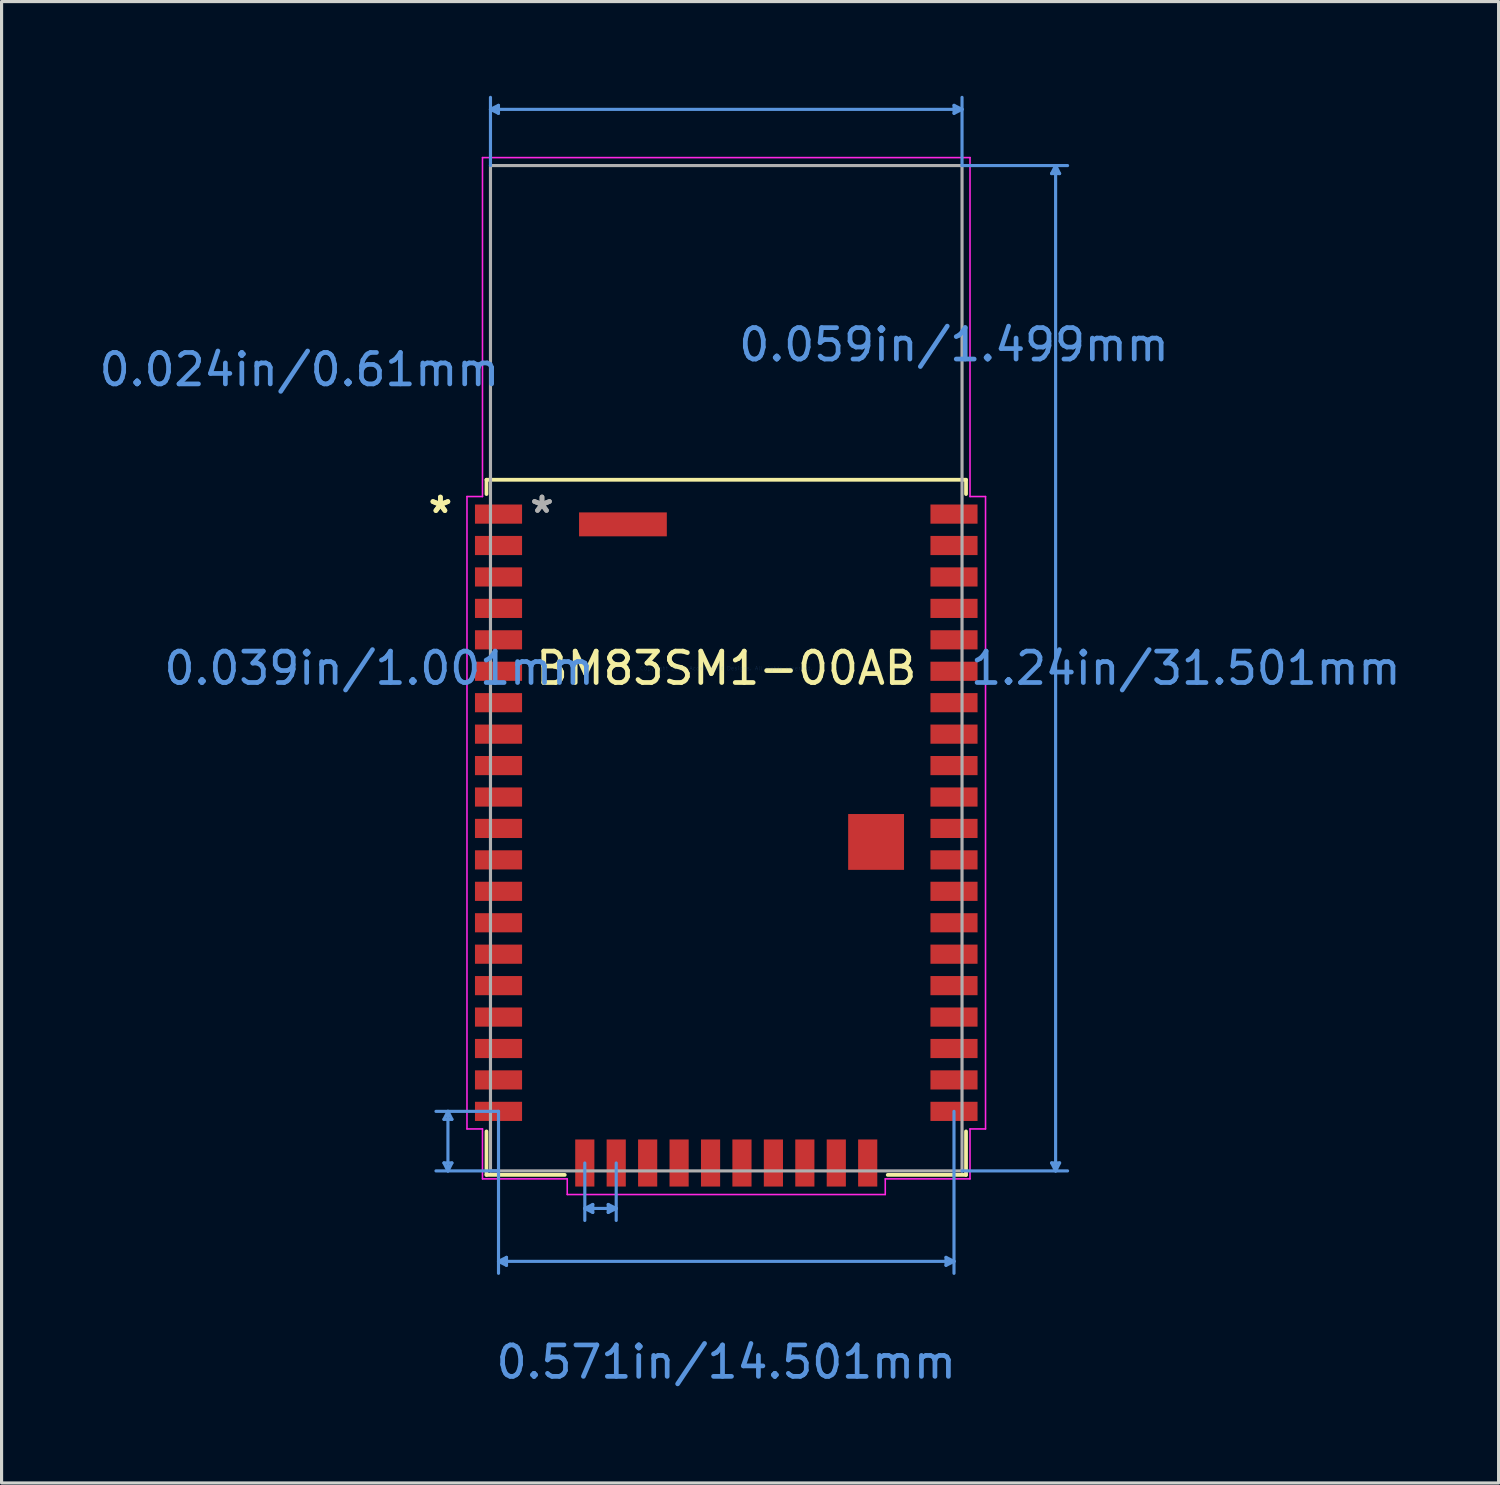
<source format=kicad_pcb>
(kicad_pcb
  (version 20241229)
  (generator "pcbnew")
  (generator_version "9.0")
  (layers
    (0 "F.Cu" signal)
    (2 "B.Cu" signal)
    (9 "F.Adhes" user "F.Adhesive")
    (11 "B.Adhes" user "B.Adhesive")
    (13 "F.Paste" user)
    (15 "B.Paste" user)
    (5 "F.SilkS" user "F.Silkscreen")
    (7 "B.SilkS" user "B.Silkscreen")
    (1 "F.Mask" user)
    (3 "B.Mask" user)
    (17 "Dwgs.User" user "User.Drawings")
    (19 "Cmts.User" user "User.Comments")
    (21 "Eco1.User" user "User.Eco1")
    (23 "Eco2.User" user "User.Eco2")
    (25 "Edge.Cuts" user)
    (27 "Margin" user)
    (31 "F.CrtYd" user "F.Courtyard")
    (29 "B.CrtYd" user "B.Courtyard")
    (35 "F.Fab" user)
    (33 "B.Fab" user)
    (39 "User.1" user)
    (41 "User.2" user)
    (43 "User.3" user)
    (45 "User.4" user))
  (footprint "BM83SM1-00AB"
    (layer "F.Cu")
    (at 20.07 18.223)
    (property "Reference" "BM83SM1-00AB" (at 0 0 0) (layer "F.SilkS") (effects (font (size 1 1) (thickness 0.15))))
    (attr smd)
    (fp_line (start -7.633 -6) (end 7.633 -6) (stroke (width 0.12) (type solid)) (layer "F.SilkS"))
    (fp_line (start -7.633 -5.545) (end -7.633 -6) (stroke (width 0.12) (type solid)) (layer "F.SilkS"))
    (fp_line (start -7.633 16.129) (end -7.633 14.745) (stroke (width 0.12) (type solid)) (layer "F.SilkS"))
    (fp_line (start -5.141 16.129) (end -7.633 16.129) (stroke (width 0.12) (type solid)) (layer "F.SilkS"))
    (fp_line (start 7.633 -6) (end 7.633 -5.545) (stroke (width 0.12) (type solid)) (layer "F.SilkS"))
    (fp_line (start 7.633 14.745) (end 7.633 16.129) (stroke (width 0.12) (type solid)) (layer "F.SilkS"))
    (fp_line (start 7.633 16.129) (end 5.141 16.129) (stroke (width 0.12) (type solid)) (layer "F.SilkS"))
    (fp_line (start -8.987 15.748) (end -8.86 16.002) (stroke (width 0.1) (type solid)) (layer "Cmts.User"))
    (fp_line (start -8.987 14.361) (end -8.86 14.107) (stroke (width 0.1) (type solid)) (layer "Cmts.User"))
    (fp_line (start -8.987 14.361) (end -8.733 14.361) (stroke (width 0.1) (type solid)) (layer "Cmts.User"))
    (fp_line (start -8.86 16.002) (end -8.86 14.107) (stroke (width 0.1) (type solid)) (layer "Cmts.User"))
    (fp_line (start -8.733 15.748) (end -8.987 15.748) (stroke (width 0.1) (type solid)) (layer "Cmts.User"))
    (fp_line (start -8.733 15.748) (end -8.86 16.002) (stroke (width 0.1) (type solid)) (layer "Cmts.User"))
    (fp_line (start -8.733 14.361) (end -8.86 14.107) (stroke (width 0.1) (type solid)) (layer "Cmts.User"))
    (fp_line (start -7.506 -17.792) (end 7.506 -17.792) (stroke (width 0.1) (type solid)) (layer "Cmts.User"))
    (fp_line (start -7.506 -16.002) (end -7.506 -18.173) (stroke (width 0.1) (type solid)) (layer "Cmts.User"))
    (fp_line (start -7.252 -17.919) (end -7.506 -17.792) (stroke (width 0.1) (type solid)) (layer "Cmts.User"))
    (fp_line (start -7.252 -17.665) (end -7.506 -17.792) (stroke (width 0.1) (type solid)) (layer "Cmts.User"))
    (fp_line (start -7.252 -17.665) (end -7.252 -17.919) (stroke (width 0.1) (type solid)) (layer "Cmts.User"))
    (fp_line (start -7.25 18.882) (end 7.25 18.882) (stroke (width 0.1) (type solid)) (layer "Cmts.User"))
    (fp_line (start -7.25 14.107) (end -9.241 14.107) (stroke (width 0.1) (type solid)) (layer "Cmts.User"))
    (fp_line (start -7.25 14.107) (end -7.25 19.263) (stroke (width 0.1) (type solid)) (layer "Cmts.User"))
    (fp_line (start -7.25 16.002) (end -9.241 16.002) (stroke (width 0.1) (type solid)) (layer "Cmts.User"))
    (fp_line (start -6.996 18.755) (end -7.25 18.882) (stroke (width 0.1) (type solid)) (layer "Cmts.User"))
    (fp_line (start -6.996 19.009) (end -7.25 18.882) (stroke (width 0.1) (type solid)) (layer "Cmts.User"))
    (fp_line (start -6.996 19.009) (end -6.996 18.755) (stroke (width 0.1) (type solid)) (layer "Cmts.User"))
    (fp_line (start -4.503 17.198) (end -3.503 17.198) (stroke (width 0.1) (type solid)) (layer "Cmts.User"))
    (fp_line (start -4.503 15.751) (end -4.503 17.579) (stroke (width 0.1) (type solid)) (layer "Cmts.User"))
    (fp_line (start -4.249 17.325) (end -4.503 17.198) (stroke (width 0.1) (type solid)) (layer "Cmts.User"))
    (fp_line (start -4.249 17.325) (end -4.249 17.071) (stroke (width 0.1) (type solid)) (layer "Cmts.User"))
    (fp_line (start -4.249 17.071) (end -4.503 17.198) (stroke (width 0.1) (type solid)) (layer "Cmts.User"))
    (fp_line (start -3.757 17.071) (end -3.757 17.325) (stroke (width 0.1) (type solid)) (layer "Cmts.User"))
    (fp_line (start -3.757 17.071) (end -3.503 17.198) (stroke (width 0.1) (type solid)) (layer "Cmts.User"))
    (fp_line (start -3.757 17.325) (end -3.503 17.198) (stroke (width 0.1) (type solid)) (layer "Cmts.User"))
    (fp_line (start -3.503 15.751) (end -3.503 17.579) (stroke (width 0.1) (type solid)) (layer "Cmts.User"))
    (fp_line (start 6.996 18.755) (end 6.996 19.009) (stroke (width 0.1) (type solid)) (layer "Cmts.User"))
    (fp_line (start 6.996 18.755) (end 7.25 18.882) (stroke (width 0.1) (type solid)) (layer "Cmts.User"))
    (fp_line (start 6.996 19.009) (end 7.25 18.882) (stroke (width 0.1) (type solid)) (layer "Cmts.User"))
    (fp_line (start 7.25 14.107) (end 7.25 19.263) (stroke (width 0.1) (type solid)) (layer "Cmts.User"))
    (fp_line (start 7.252 -17.919) (end 7.252 -17.665) (stroke (width 0.1) (type solid)) (layer "Cmts.User"))
    (fp_line (start 7.252 -17.919) (end 7.506 -17.792) (stroke (width 0.1) (type solid)) (layer "Cmts.User"))
    (fp_line (start 7.252 -17.665) (end 7.506 -17.792) (stroke (width 0.1) (type solid)) (layer "Cmts.User"))
    (fp_line (start 7.506 -16.002) (end 7.506 -18.173) (stroke (width 0.1) (type solid)) (layer "Cmts.User"))
    (fp_line (start 7.506 -16.002) (end 10.866 -16.002) (stroke (width 0.1) (type solid)) (layer "Cmts.User"))
    (fp_line (start 7.506 16.002) (end 10.866 16.002) (stroke (width 0.1) (type solid)) (layer "Cmts.User"))
    (fp_line (start 10.358 15.748) (end 10.485 16.002) (stroke (width 0.1) (type solid)) (layer "Cmts.User"))
    (fp_line (start 10.358 -15.748) (end 10.485 -16.002) (stroke (width 0.1) (type solid)) (layer "Cmts.User"))
    (fp_line (start 10.358 -15.748) (end 10.612 -15.748) (stroke (width 0.1) (type solid)) (layer "Cmts.User"))
    (fp_line (start 10.485 -16.002) (end 10.485 16.002) (stroke (width 0.1) (type solid)) (layer "Cmts.User"))
    (fp_line (start 10.612 15.748) (end 10.358 15.748) (stroke (width 0.1) (type solid)) (layer "Cmts.User"))
    (fp_line (start 10.612 15.748) (end 10.485 16.002) (stroke (width 0.1) (type solid)) (layer "Cmts.User"))
    (fp_line (start 10.612 -15.748) (end 10.485 -16.002) (stroke (width 0.1) (type solid)) (layer "Cmts.User"))
    (fp_line (start -8.254 -5.466) (end -8.254 14.666) (stroke (width 0.05) (type solid)) (layer "F.CrtYd"))
    (fp_line (start -8.254 14.666) (end -7.76 14.666) (stroke (width 0.05) (type solid)) (layer "F.CrtYd"))
    (fp_line (start -7.76 -16.256) (end -7.76 -5.466) (stroke (width 0.05) (type solid)) (layer "F.CrtYd"))
    (fp_line (start -7.76 -5.466) (end -8.254 -5.466) (stroke (width 0.05) (type solid)) (layer "F.CrtYd"))
    (fp_line (start -7.76 14.666) (end -7.76 16.256) (stroke (width 0.05) (type solid)) (layer "F.CrtYd"))
    (fp_line (start -7.76 16.256) (end -5.062 16.256) (stroke (width 0.05) (type solid)) (layer "F.CrtYd"))
    (fp_line (start -5.062 16.256) (end -5.062 16.754) (stroke (width 0.05) (type solid)) (layer "F.CrtYd"))
    (fp_line (start -5.062 16.754) (end 5.062 16.754) (stroke (width 0.05) (type solid)) (layer "F.CrtYd"))
    (fp_line (start 5.062 16.256) (end 7.76 16.256) (stroke (width 0.05) (type solid)) (layer "F.CrtYd"))
    (fp_line (start 5.062 16.754) (end 5.062 16.256) (stroke (width 0.05) (type solid)) (layer "F.CrtYd"))
    (fp_line (start 7.76 -16.256) (end -7.76 -16.256) (stroke (width 0.05) (type solid)) (layer "F.CrtYd"))
    (fp_line (start 7.76 -5.466) (end 7.76 -16.256) (stroke (width 0.05) (type solid)) (layer "F.CrtYd"))
    (fp_line (start 7.76 14.666) (end 8.254 14.666) (stroke (width 0.05) (type solid)) (layer "F.CrtYd"))
    (fp_line (start 7.76 16.256) (end 7.76 14.666) (stroke (width 0.05) (type solid)) (layer "F.CrtYd"))
    (fp_line (start 8.254 -5.466) (end 7.76 -5.466) (stroke (width 0.05) (type solid)) (layer "F.CrtYd"))
    (fp_line (start 8.254 14.666) (end 8.254 -5.466) (stroke (width 0.05) (type solid)) (layer "F.CrtYd"))
    (fp_line (start -7.506 -16.002) (end -7.506 16.002) (stroke (width 0.1) (type solid)) (layer "F.Fab"))
    (fp_line (start -7.506 16.002) (end 7.506 16.002) (stroke (width 0.1) (type solid)) (layer "F.Fab"))
    (fp_line (start 7.506 -16.002) (end -7.506 -16.002) (stroke (width 0.1) (type solid)) (layer "F.Fab"))
    (fp_line (start 7.506 16.002) (end 7.506 -16.002) (stroke (width 0.1) (type solid)) (layer "F.Fab"))
    (fp_text user "*" (at -9.1 -4.907 0) (layer "F.SilkS") (effects (font (size 1 1) (thickness 0.15))))
    (fp_text user "*" (at -9.1 -4.9 0) (layer "F.SilkS") (effects (font (size 1 1) (thickness 0.15))))
    (fp_text user "1.24in/31.501mm" (at 14.629 0 0) (layer "Cmts.User") (effects (font (size 1 1) (thickness 0.15))))
    (fp_text user "0.059in/1.499mm" (at 7.25 -10.298 0) (layer "Cmts.User") (effects (font (size 1 1) (thickness 0.15))))
    (fp_text user "0.571in/14.501mm" (at 0 22.088 0) (layer "Cmts.User") (effects (font (size 1 1) (thickness 0.15))))
    (fp_text user "0.024in/0.61mm" (at -13.588 -9.507 0) (layer "Cmts.User") (effects (font (size 1 1) (thickness 0.15))))
    (fp_text user "Copyright 2021 Accelerated Designs. All rights reserved." (at 0 0 0) (layer "Cmts.User") (effects (font (size 0.127 0.127) (thickness 0.002))))
    (fp_text user "0.039in/1.001mm" (at -11.048 0 0) (layer "Cmts.User") (effects (font (size 1 1) (thickness 0.15))))
    (fp_text user "*" (at -5.866 -4.907 0) (layer "F.Fab") (effects (font (size 1 1) (thickness 0.15))))
    (fp_text user "*" (at -5.866 -4.907 0) (layer "F.Fab") (effects (font (size 1 1) (thickness 0.15))))
    (pad "1" smd rect (at -7.25 -4.907) (size 1.499 0.61) (layers "F.Cu" "F.Mask" "F.Paste"))
    (pad "2" smd rect (at -7.25 -3.907) (size 1.499 0.61) (layers "F.Cu" "F.Mask" "F.Paste"))
    (pad "3" smd rect (at -7.25 -2.906) (size 1.499 0.61) (layers "F.Cu" "F.Mask" "F.Paste"))
    (pad "4" smd rect (at -7.25 -1.905) (size 1.499 0.61) (layers "F.Cu" "F.Mask" "F.Paste"))
    (pad "5" smd rect (at -7.25 -0.904) (size 1.499 0.61) (layers "F.Cu" "F.Mask" "F.Paste"))
    (pad "6" smd rect (at -7.25 0.097) (size 1.499 0.61) (layers "F.Cu" "F.Mask" "F.Paste"))
    (pad "7" smd rect (at -7.25 1.097) (size 1.499 0.61) (layers "F.Cu" "F.Mask" "F.Paste"))
    (pad "8" smd rect (at -7.25 2.098) (size 1.499 0.61) (layers "F.Cu" "F.Mask" "F.Paste"))
    (pad "9" smd rect (at -7.25 3.099) (size 1.499 0.61) (layers "F.Cu" "F.Mask" "F.Paste"))
    (pad "10" smd rect (at -7.25 4.1) (size 1.499 0.61) (layers "F.Cu" "F.Mask" "F.Paste"))
    (pad "11" smd rect (at -7.25 5.1) (size 1.499 0.61) (layers "F.Cu" "F.Mask" "F.Paste"))
    (pad "12" smd rect (at -7.25 6.101) (size 1.499 0.61) (layers "F.Cu" "F.Mask" "F.Paste"))
    (pad "13" smd rect (at -7.25 7.102) (size 1.499 0.61) (layers "F.Cu" "F.Mask" "F.Paste"))
    (pad "14" smd rect (at -7.25 8.103) (size 1.499 0.61) (layers "F.Cu" "F.Mask" "F.Paste"))
    (pad "15" smd rect (at -7.25 9.103) (size 1.499 0.61) (layers "F.Cu" "F.Mask" "F.Paste"))
    (pad "16" smd rect (at -7.25 10.104) (size 1.499 0.61) (layers "F.Cu" "F.Mask" "F.Paste"))
    (pad "17" smd rect (at -7.25 11.105) (size 1.499 0.61) (layers "F.Cu" "F.Mask" "F.Paste"))
    (pad "18" smd rect (at -7.25 12.106) (size 1.499 0.61) (layers "F.Cu" "F.Mask" "F.Paste"))
    (pad "19" smd rect (at -7.25 13.106) (size 1.499 0.61) (layers "F.Cu" "F.Mask" "F.Paste"))
    (pad "20" smd rect (at -7.25 14.107) (size 1.499 0.61) (layers "F.Cu" "F.Mask" "F.Paste"))
    (pad "21" smd rect (at -4.503 15.751 90) (size 1.499 0.61) (layers "F.Cu" "F.Mask" "F.Paste"))
    (pad "22" smd rect (at -3.503 15.751 90) (size 1.499 0.61) (layers "F.Cu" "F.Mask" "F.Paste"))
    (pad "23" smd rect (at -2.502 15.751 90) (size 1.499 0.61) (layers "F.Cu" "F.Mask" "F.Paste"))
    (pad "24" smd rect (at -1.501 15.751 90) (size 1.499 0.61) (layers "F.Cu" "F.Mask" "F.Paste"))
    (pad "25" smd rect (at -0.5 15.751 90) (size 1.499 0.61) (layers "F.Cu" "F.Mask" "F.Paste"))
    (pad "26" smd rect (at 0.5 15.751 90) (size 1.499 0.61) (layers "F.Cu" "F.Mask" "F.Paste"))
    (pad "27" smd rect (at 1.501 15.751 90) (size 1.499 0.61) (layers "F.Cu" "F.Mask" "F.Paste"))
    (pad "28" smd rect (at 2.502 15.751 90) (size 1.499 0.61) (layers "F.Cu" "F.Mask" "F.Paste"))
    (pad "29" smd rect (at 3.503 15.751 90) (size 1.499 0.61) (layers "F.Cu" "F.Mask" "F.Paste"))
    (pad "30" smd rect (at 4.503 15.751 90) (size 1.499 0.61) (layers "F.Cu" "F.Mask" "F.Paste"))
    (pad "31" smd rect (at 7.25 14.107) (size 1.499 0.61) (layers "F.Cu" "F.Mask" "F.Paste"))
    (pad "32" smd rect (at 7.25 13.106) (size 1.499 0.61) (layers "F.Cu" "F.Mask" "F.Paste"))
    (pad "33" smd rect (at 7.25 12.106) (size 1.499 0.61) (layers "F.Cu" "F.Mask" "F.Paste"))
    (pad "34" smd rect (at 7.25 11.105) (size 1.499 0.61) (layers "F.Cu" "F.Mask" "F.Paste"))
    (pad "35" smd rect (at 7.25 10.104) (size 1.499 0.61) (layers "F.Cu" "F.Mask" "F.Paste"))
    (pad "36" smd rect (at 7.25 9.103) (size 1.499 0.61) (layers "F.Cu" "F.Mask" "F.Paste"))
    (pad "37" smd rect (at 7.25 8.103) (size 1.499 0.61) (layers "F.Cu" "F.Mask" "F.Paste"))
    (pad "38" smd rect (at 7.25 7.102) (size 1.499 0.61) (layers "F.Cu" "F.Mask" "F.Paste"))
    (pad "39" smd rect (at 7.25 6.101) (size 1.499 0.61) (layers "F.Cu" "F.Mask" "F.Paste"))
    (pad "40" smd rect (at 7.25 5.1) (size 1.499 0.61) (layers "F.Cu" "F.Mask" "F.Paste"))
    (pad "41" smd rect (at 7.25 4.1) (size 1.499 0.61) (layers "F.Cu" "F.Mask" "F.Paste"))
    (pad "42" smd rect (at 7.25 3.099) (size 1.499 0.61) (layers "F.Cu" "F.Mask" "F.Paste"))
    (pad "43" smd rect (at 7.25 2.098) (size 1.499 0.61) (layers "F.Cu" "F.Mask" "F.Paste"))
    (pad "44" smd rect (at 7.25 1.097) (size 1.499 0.61) (layers "F.Cu" "F.Mask" "F.Paste"))
    (pad "45" smd rect (at 7.25 0.097) (size 1.499 0.61) (layers "F.Cu" "F.Mask" "F.Paste"))
    (pad "46" smd rect (at 7.25 -0.904) (size 1.499 0.61) (layers "F.Cu" "F.Mask" "F.Paste"))
    (pad "47" smd rect (at 7.25 -1.905) (size 1.499 0.61) (layers "F.Cu" "F.Mask" "F.Paste"))
    (pad "48" smd rect (at 7.25 -2.906) (size 1.499 0.61) (layers "F.Cu" "F.Mask" "F.Paste"))
    (pad "49" smd rect (at 7.25 -3.907) (size 1.499 0.61) (layers "F.Cu" "F.Mask" "F.Paste"))
    (pad "50" smd rect (at 7.25 -4.907) (size 1.499 0.61) (layers "F.Cu" "F.Mask" "F.Paste"))
    (pad "56" smd rect (at 4.77 5.53) (size 1.778 1.778) (layers "F.Cu" "F.Mask" "F.Paste"))
    (pad "57" smd rect (at -3.289 -4.58) (size 2.794 0.762) (layers "F.Cu" "F.Mask" "F.Paste")))
  (gr_rect
    (start -3 -3)
    (end 44.657 44.159)
    (stroke (width 0.1) (type default))
    (fill no)
    (layer "Edge.Cuts")))
</source>
